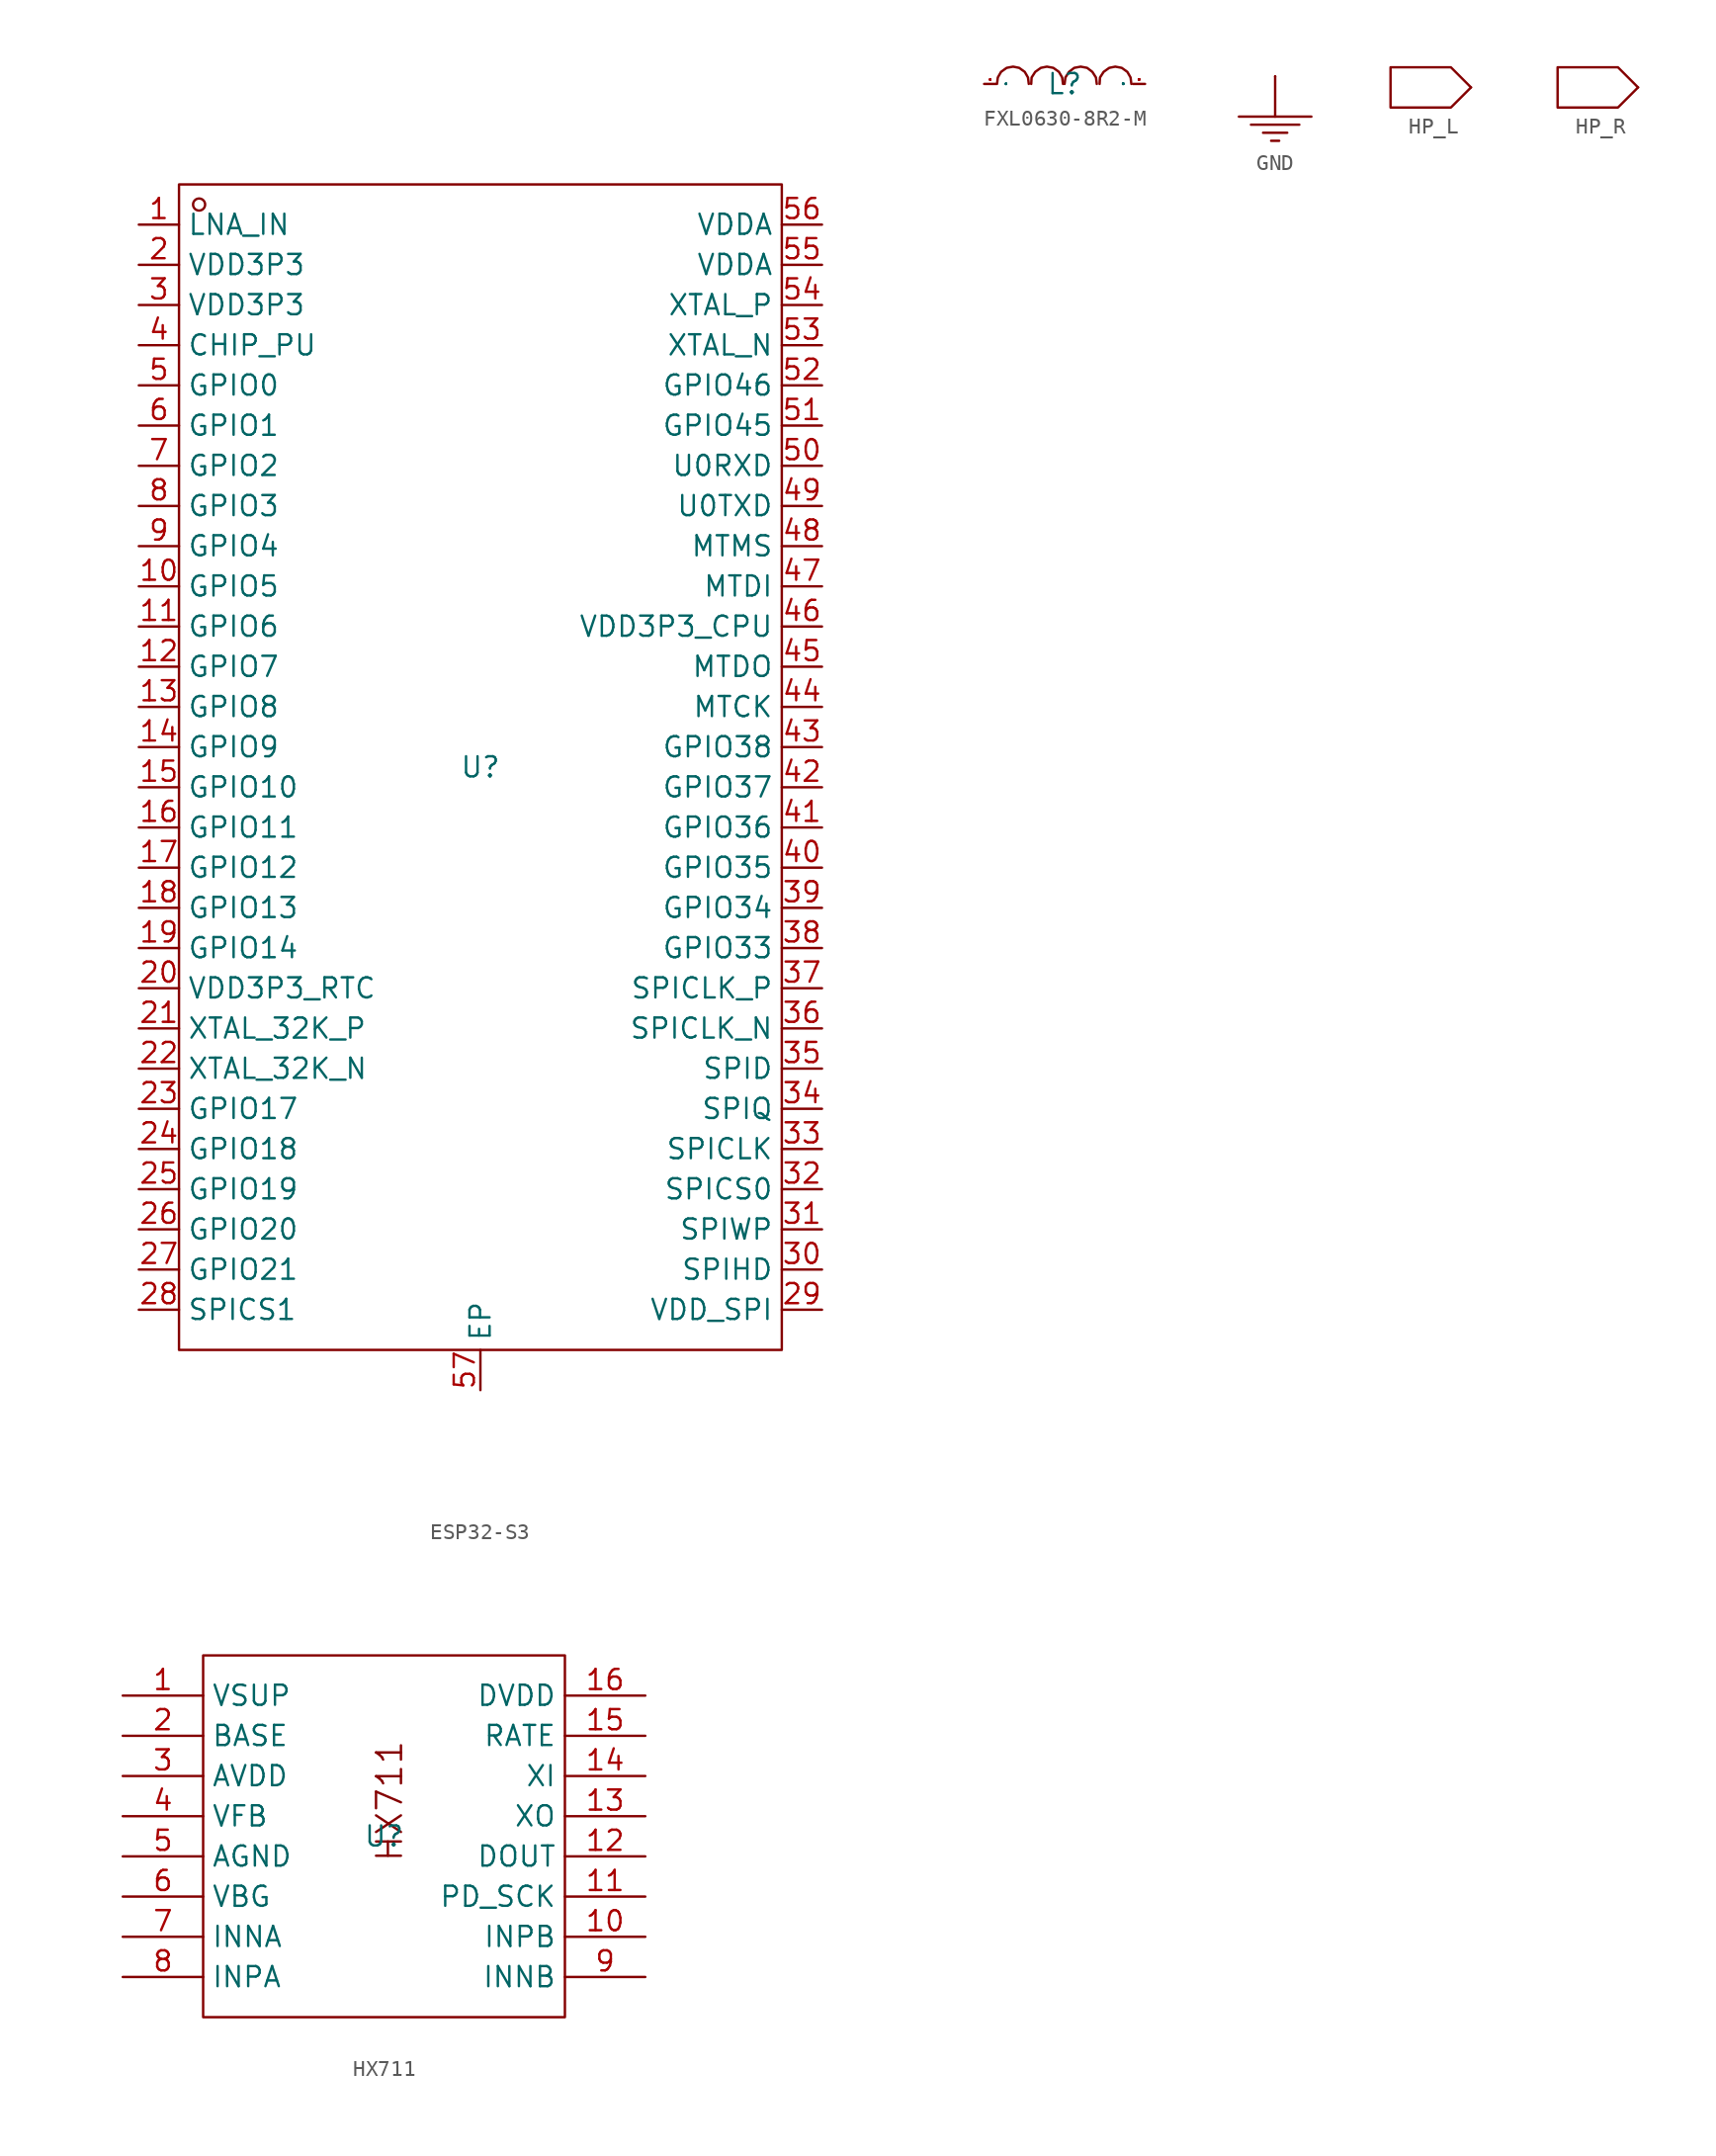
<source format=kicad_sym>
(kicad_symbol_lib
  (version 20231120)
  (generator "kicad_symbol_editor")
  (generator_version "8.0")
  (symbol "ESP32-S3"
    (property "Reference" "U"
      (at 0 0 0)
      (effects (font (size 1.27 1.27))))
    (property "Value" ""
      (at 0 0 0)
      (effects (font (size 1.27 1.27))))
    (symbol "ESP32-S3_1_0"
      (rectangle (start -19.05 -36.83) (end 19.05 36.83) (stroke (width 0) (type default)) (fill (type none)))
      (circle (center -17.78 35.56) (radius 0.381) (stroke (width 0) (type default)) (fill (type none)))
      (pin unspecified line (at -21.59 34.29 0) (length 2.54) (name "LNA_IN" (effects (font (size 1.27 1.27)))) (number "1" (effects (font (size 1.27 1.27)))))
      (pin unspecified line (at -21.59 11.43 0) (length 2.54) (name "GPIO5" (effects (font (size 1.27 1.27)))) (number "10" (effects (font (size 1.27 1.27)))))
      (pin unspecified line (at -21.59 8.89 0) (length 2.54) (name "GPIO6" (effects (font (size 1.27 1.27)))) (number "11" (effects (font (size 1.27 1.27)))))
      (pin unspecified line (at -21.59 6.35 0) (length 2.54) (name "GPIO7" (effects (font (size 1.27 1.27)))) (number "12" (effects (font (size 1.27 1.27)))))
      (pin unspecified line (at -21.59 3.81 0) (length 2.54) (name "GPIO8" (effects (font (size 1.27 1.27)))) (number "13" (effects (font (size 1.27 1.27)))))
      (pin unspecified line (at -21.59 1.27 0) (length 2.54) (name "GPIO9" (effects (font (size 1.27 1.27)))) (number "14" (effects (font (size 1.27 1.27)))))
      (pin unspecified line (at -21.59 -1.27 0) (length 2.54) (name "GPIO10" (effects (font (size 1.27 1.27)))) (number "15" (effects (font (size 1.27 1.27)))))
      (pin unspecified line (at -21.59 -3.81 0) (length 2.54) (name "GPIO11" (effects (font (size 1.27 1.27)))) (number "16" (effects (font (size 1.27 1.27)))))
      (pin unspecified line (at -21.59 -6.35 0) (length 2.54) (name "GPIO12" (effects (font (size 1.27 1.27)))) (number "17" (effects (font (size 1.27 1.27)))))
      (pin unspecified line (at -21.59 -8.89 0) (length 2.54) (name "GPIO13" (effects (font (size 1.27 1.27)))) (number "18" (effects (font (size 1.27 1.27)))))
      (pin unspecified line (at -21.59 -11.43 0) (length 2.54) (name "GPIO14" (effects (font (size 1.27 1.27)))) (number "19" (effects (font (size 1.27 1.27)))))
      (pin unspecified line (at -21.59 31.75 0) (length 2.54) (name "VDD3P3" (effects (font (size 1.27 1.27)))) (number "2" (effects (font (size 1.27 1.27)))))
      (pin unspecified line (at -21.59 -13.97 0) (length 2.54) (name "VDD3P3_RTC" (effects (font (size 1.27 1.27)))) (number "20" (effects (font (size 1.27 1.27)))))
      (pin unspecified line (at -21.59 -16.51 0) (length 2.54) (name "XTAL_32K_P" (effects (font (size 1.27 1.27)))) (number "21" (effects (font (size 1.27 1.27)))))
      (pin unspecified line (at -21.59 -19.05 0) (length 2.54) (name "XTAL_32K_N" (effects (font (size 1.27 1.27)))) (number "22" (effects (font (size 1.27 1.27)))))
      (pin unspecified line (at -21.59 -21.59 0) (length 2.54) (name "GPIO17" (effects (font (size 1.27 1.27)))) (number "23" (effects (font (size 1.27 1.27)))))
      (pin unspecified line (at -21.59 -24.13 0) (length 2.54) (name "GPIO18" (effects (font (size 1.27 1.27)))) (number "24" (effects (font (size 1.27 1.27)))))
      (pin unspecified line (at -21.59 -26.67 0) (length 2.54) (name "GPIO19" (effects (font (size 1.27 1.27)))) (number "25" (effects (font (size 1.27 1.27)))))
      (pin unspecified line (at -21.59 -29.21 0) (length 2.54) (name "GPIO20" (effects (font (size 1.27 1.27)))) (number "26" (effects (font (size 1.27 1.27)))))
      (pin unspecified line (at -21.59 -31.75 0) (length 2.54) (name "GPIO21" (effects (font (size 1.27 1.27)))) (number "27" (effects (font (size 1.27 1.27)))))
      (pin unspecified line (at -21.59 -34.29 0) (length 2.54) (name "SPICS1" (effects (font (size 1.27 1.27)))) (number "28" (effects (font (size 1.27 1.27)))))
      (pin unspecified line (at 21.59 -34.29 180) (length 2.54) (name "VDD_SPI" (effects (font (size 1.27 1.27)))) (number "29" (effects (font (size 1.27 1.27)))))
      (pin unspecified line (at -21.59 29.21 0) (length 2.54) (name "VDD3P3" (effects (font (size 1.27 1.27)))) (number "3" (effects (font (size 1.27 1.27)))))
      (pin unspecified line (at 21.59 -31.75 180) (length 2.54) (name "SPIHD" (effects (font (size 1.27 1.27)))) (number "30" (effects (font (size 1.27 1.27)))))
      (pin unspecified line (at 21.59 -29.21 180) (length 2.54) (name "SPIWP" (effects (font (size 1.27 1.27)))) (number "31" (effects (font (size 1.27 1.27)))))
      (pin unspecified line (at 21.59 -26.67 180) (length 2.54) (name "SPICS0" (effects (font (size 1.27 1.27)))) (number "32" (effects (font (size 1.27 1.27)))))
      (pin unspecified line (at 21.59 -24.13 180) (length 2.54) (name "SPICLK" (effects (font (size 1.27 1.27)))) (number "33" (effects (font (size 1.27 1.27)))))
      (pin unspecified line (at 21.59 -21.59 180) (length 2.54) (name "SPIQ" (effects (font (size 1.27 1.27)))) (number "34" (effects (font (size 1.27 1.27)))))
      (pin unspecified line (at 21.59 -19.05 180) (length 2.54) (name "SPID" (effects (font (size 1.27 1.27)))) (number "35" (effects (font (size 1.27 1.27)))))
      (pin unspecified line (at 21.59 -16.51 180) (length 2.54) (name "SPICLK_N" (effects (font (size 1.27 1.27)))) (number "36" (effects (font (size 1.27 1.27)))))
      (pin unspecified line (at 21.59 -13.97 180) (length 2.54) (name "SPICLK_P" (effects (font (size 1.27 1.27)))) (number "37" (effects (font (size 1.27 1.27)))))
      (pin unspecified line (at 21.59 -11.43 180) (length 2.54) (name "GPIO33" (effects (font (size 1.27 1.27)))) (number "38" (effects (font (size 1.27 1.27)))))
      (pin unspecified line (at 21.59 -8.89 180) (length 2.54) (name "GPIO34" (effects (font (size 1.27 1.27)))) (number "39" (effects (font (size 1.27 1.27)))))
      (pin unspecified line (at -21.59 26.67 0) (length 2.54) (name "CHIP_PU" (effects (font (size 1.27 1.27)))) (number "4" (effects (font (size 1.27 1.27)))))
      (pin unspecified line (at 21.59 -6.35 180) (length 2.54) (name "GPIO35" (effects (font (size 1.27 1.27)))) (number "40" (effects (font (size 1.27 1.27)))))
      (pin unspecified line (at 21.59 -3.81 180) (length 2.54) (name "GPIO36" (effects (font (size 1.27 1.27)))) (number "41" (effects (font (size 1.27 1.27)))))
      (pin unspecified line (at 21.59 -1.27 180) (length 2.54) (name "GPIO37" (effects (font (size 1.27 1.27)))) (number "42" (effects (font (size 1.27 1.27)))))
      (pin unspecified line (at 21.59 1.27 180) (length 2.54) (name "GPIO38" (effects (font (size 1.27 1.27)))) (number "43" (effects (font (size 1.27 1.27)))))
      (pin unspecified line (at 21.59 3.81 180) (length 2.54) (name "MTCK" (effects (font (size 1.27 1.27)))) (number "44" (effects (font (size 1.27 1.27)))))
      (pin unspecified line (at 21.59 6.35 180) (length 2.54) (name "MTDO" (effects (font (size 1.27 1.27)))) (number "45" (effects (font (size 1.27 1.27)))))
      (pin unspecified line (at 21.59 8.89 180) (length 2.54) (name "VDD3P3_CPU" (effects (font (size 1.27 1.27)))) (number "46" (effects (font (size 1.27 1.27)))))
      (pin unspecified line (at 21.59 11.43 180) (length 2.54) (name "MTDI" (effects (font (size 1.27 1.27)))) (number "47" (effects (font (size 1.27 1.27)))))
      (pin unspecified line (at 21.59 13.97 180) (length 2.54) (name "MTMS" (effects (font (size 1.27 1.27)))) (number "48" (effects (font (size 1.27 1.27)))))
      (pin unspecified line (at 21.59 16.51 180) (length 2.54) (name "U0TXD" (effects (font (size 1.27 1.27)))) (number "49" (effects (font (size 1.27 1.27)))))
      (pin unspecified line (at -21.59 24.13 0) (length 2.54) (name "GPIO0" (effects (font (size 1.27 1.27)))) (number "5" (effects (font (size 1.27 1.27)))))
      (pin unspecified line (at 21.59 19.05 180) (length 2.54) (name "U0RXD" (effects (font (size 1.27 1.27)))) (number "50" (effects (font (size 1.27 1.27)))))
      (pin unspecified line (at 21.59 21.59 180) (length 2.54) (name "GPIO45" (effects (font (size 1.27 1.27)))) (number "51" (effects (font (size 1.27 1.27)))))
      (pin unspecified line (at 21.59 24.13 180) (length 2.54) (name "GPIO46" (effects (font (size 1.27 1.27)))) (number "52" (effects (font (size 1.27 1.27)))))
      (pin unspecified line (at 21.59 26.67 180) (length 2.54) (name "XTAL_N" (effects (font (size 1.27 1.27)))) (number "53" (effects (font (size 1.27 1.27)))))
      (pin unspecified line (at 21.59 29.21 180) (length 2.54) (name "XTAL_P" (effects (font (size 1.27 1.27)))) (number "54" (effects (font (size 1.27 1.27)))))
      (pin unspecified line (at 21.59 31.75 180) (length 2.54) (name "VDDA" (effects (font (size 1.27 1.27)))) (number "55" (effects (font (size 1.27 1.27)))))
      (pin unspecified line (at 21.59 34.29 180) (length 2.54) (name "VDDA" (effects (font (size 1.27 1.27)))) (number "56" (effects (font (size 1.27 1.27)))))
      (pin unspecified line (at 0 -39.37 90) (length 2.54) (name "EP" (effects (font (size 1.27 1.27)))) (number "57" (effects (font (size 1.27 1.27)))))
      (pin unspecified line (at -21.59 21.59 0) (length 2.54) (name "GPIO1" (effects (font (size 1.27 1.27)))) (number "6" (effects (font (size 1.27 1.27)))))
      (pin unspecified line (at -21.59 19.05 0) (length 2.54) (name "GPIO2" (effects (font (size 1.27 1.27)))) (number "7" (effects (font (size 1.27 1.27)))))
      (pin unspecified line (at -21.59 16.51 0) (length 2.54) (name "GPIO3" (effects (font (size 1.27 1.27)))) (number "8" (effects (font (size 1.27 1.27)))))
      (pin unspecified line (at -21.59 13.97 0) (length 2.54) (name "GPIO4" (effects (font (size 1.27 1.27)))) (number "9" (effects (font (size 1.27 1.27)))))))
  (symbol "FXL0630-8R2-M"
    (property "Reference" "L"
      (at 0 0 0)
      (effects (font (size 1.27 1.27))))
    (symbol "FXL0630-8R2-M_1_0"
      (polyline (pts (xy -4.267 0) (xy -4.216 0.406) (xy -4.216 0.406) (xy -4.013 0.762) (xy -4.013 0.762) (xy -3.658 1.016) (xy -3.658 1.016) (xy -3.251 1.092) (xy -3.251 1.092) (xy -2.87 1.016) (xy -2.87 1.016) (xy -2.515 0.762) (xy -2.515 0.762) (xy -2.311 0.406) (xy -2.311 0.406) (xy -2.261 0)) (stroke (width 0) (type default)) (fill (type none)))
      (polyline (pts (xy -2.108 0) (xy -2.083 0.406) (xy -2.083 0.406) (xy -1.854 0.762) (xy -1.854 0.762) (xy -1.499 1.016) (xy -1.499 1.016) (xy -1.118 1.092) (xy -1.118 1.092) (xy -0.711 1.016) (xy -0.711 1.016) (xy -0.356 0.762) (xy -0.356 0.762) (xy -0.152 0.406) (xy -0.152 0.406) (xy -0.102 0)) (stroke (width 0) (type default)) (fill (type none)))
      (polyline (pts (xy 0 0) (xy 0.051 0.406) (xy 0.051 0.406) (xy 0.279 0.762) (xy 0.279 0.762) (xy 0.61 1.016) (xy 0.61 1.016) (xy 1.016 1.092) (xy 1.016 1.092) (xy 1.422 1.016) (xy 1.422 1.016) (xy 1.753 0.762) (xy 1.753 0.762) (xy 1.981 0.406) (xy 1.981 0.406) (xy 2.032 0)) (stroke (width 0) (type default)) (fill (type none)))
      (polyline (pts (xy 2.21 0) (xy 2.235 0.406) (xy 2.235 0.406) (xy 2.464 0.762) (xy 2.464 0.762) (xy 2.819 1.016) (xy 2.819 1.016) (xy 3.2 1.092) (xy 3.2 1.092) (xy 3.607 1.016) (xy 3.607 1.016) (xy 3.962 0.762) (xy 3.962 0.762) (xy 4.166 0.406) (xy 4.166 0.406) (xy 4.216 0)) (stroke (width 0) (type default)) (fill (type none)))
      (pin unspecified line (at -5.08 0 0) (length 0.762) (name "1" (effects (font (size 0.025 0.025)))) (number "1" (effects (font (size 0.025 0.025)))))
      (pin unspecified line (at 5.08 0 180) (length 0.762) (name "2" (effects (font (size 0.025 0.025)))) (number "2" (effects (font (size 0.025 0.025)))))))
  (symbol "GND"
    (power)
    (pin_numbers hide)
    (pin_names hide)
    (property "Reference" "#PWR"
      (at 0 0 0)
      (effects (font (size 1.27 1.27)) (hide yes)))
    (symbol "GND_1_0"
      (polyline (pts (xy -2.286 -2.54) (xy 2.286 -2.54)) (stroke (width 0) (type default)) (fill (type none)))
      (polyline (pts (xy -1.524 -3.048) (xy 1.524 -3.048)) (stroke (width 0) (type default)) (fill (type none)))
      (polyline (pts (xy -0.762 -3.556) (xy 0.762 -3.556)) (stroke (width 0) (type default)) (fill (type none)))
      (polyline (pts (xy -0.254 -4.064) (xy 0.254 -4.064)) (stroke (width 0) (type default)) (fill (type none)))
      (polyline (pts (xy 0 -2.54) (xy 0 0)) (stroke (width 0) (type default)) (fill (type none)))
      (pin power_in line (at 0 0 0) (length 0) (name "" (effects (font (size 1.27 1.27)))) (number "1" (effects (font (size 0 0)))))))
  (symbol "HP_L"
    (power)
    (pin_numbers hide)
    (pin_names hide)
    (property "Reference" "#PWR"
      (at 0 0 0)
      (effects (font (size 1.27 1.27)) (hide yes)))
    (property "Value" ""
      (at 0 0 0)
      (effects (font (size 1.27 1.27))))
    (symbol "HP_L_1_0"
      (polyline (pts (xy 0 0) (xy -1.27 -1.27) (xy -1.27 -1.27) (xy -5.08 -1.27) (xy -5.08 -1.27) (xy -5.08 1.27) (xy -5.08 1.27) (xy -1.27 1.27) (xy -1.27 1.27) (xy 0 0)) (stroke (width 0) (type default)) (fill (type none)))
      (pin input line (at 0 0 0) (length 0) (name "" (effects (font (size 0.025 0.025)))) (number "1" (effects (font (size 0 0)))))))
  (symbol "HP_R"
    (power)
    (pin_numbers hide)
    (pin_names hide)
    (property "Reference" "#PWR"
      (at 0 0 0)
      (effects (font (size 1.27 1.27)) (hide yes)))
    (property "Value" ""
      (at 0 0 0)
      (effects (font (size 1.27 1.27))))
    (symbol "HP_R_1_0"
      (polyline (pts (xy 0 0) (xy -1.27 -1.27) (xy -1.27 -1.27) (xy -5.08 -1.27) (xy -5.08 -1.27) (xy -5.08 1.27) (xy -5.08 1.27) (xy -1.27 1.27) (xy -1.27 1.27) (xy 0 0)) (stroke (width 0) (type default)) (fill (type none)))
      (pin input line (at 0 0 0) (length 0) (name "" (effects (font (size 0.025 0.025)))) (number "1" (effects (font (size 0 0)))))))
  (symbol "HX711"
    (property "Reference" "U"
      (at 0 0 0)
      (effects (font (size 1.27 1.27))))
    (property "Value" ""
      (at 0 0 0)
      (effects (font (size 1.27 1.27))))
    (symbol "HX711_1_0"
      (rectangle (start -11.43 -11.43) (end 11.43 11.43) (stroke (width 0) (type default)) (fill (type none)))
      (text "HX711" (at 1.27 -1.702 900) (effects (font (size 1.575 1.575)) (justify left bottom)))
      (pin unspecified line (at -16.51 8.89 0) (length 5.08) (name "VSUP" (effects (font (size 1.27 1.27)))) (number "1" (effects (font (size 1.27 1.27)))))
      (pin unspecified line (at 16.51 -6.35 180) (length 5.08) (name "INPB" (effects (font (size 1.27 1.27)))) (number "10" (effects (font (size 1.27 1.27)))))
      (pin unspecified line (at 16.51 -3.81 180) (length 5.08) (name "PD_SCK" (effects (font (size 1.27 1.27)))) (number "11" (effects (font (size 1.27 1.27)))))
      (pin unspecified line (at 16.51 -1.27 180) (length 5.08) (name "DOUT" (effects (font (size 1.27 1.27)))) (number "12" (effects (font (size 1.27 1.27)))))
      (pin unspecified line (at 16.51 1.27 180) (length 5.08) (name "XO" (effects (font (size 1.27 1.27)))) (number "13" (effects (font (size 1.27 1.27)))))
      (pin unspecified line (at 16.51 3.81 180) (length 5.08) (name "XI" (effects (font (size 1.27 1.27)))) (number "14" (effects (font (size 1.27 1.27)))))
      (pin unspecified line (at 16.51 6.35 180) (length 5.08) (name "RATE" (effects (font (size 1.27 1.27)))) (number "15" (effects (font (size 1.27 1.27)))))
      (pin unspecified line (at 16.51 8.89 180) (length 5.08) (name "DVDD" (effects (font (size 1.27 1.27)))) (number "16" (effects (font (size 1.27 1.27)))))
      (pin unspecified line (at -16.51 6.35 0) (length 5.08) (name "BASE" (effects (font (size 1.27 1.27)))) (number "2" (effects (font (size 1.27 1.27)))))
      (pin unspecified line (at -16.51 3.81 0) (length 5.08) (name "AVDD" (effects (font (size 1.27 1.27)))) (number "3" (effects (font (size 1.27 1.27)))))
      (pin unspecified line (at -16.51 1.27 0) (length 5.08) (name "VFB" (effects (font (size 1.27 1.27)))) (number "4" (effects (font (size 1.27 1.27)))))
      (pin unspecified line (at -16.51 -1.27 0) (length 5.08) (name "AGND" (effects (font (size 1.27 1.27)))) (number "5" (effects (font (size 1.27 1.27)))))
      (pin unspecified line (at -16.51 -3.81 0) (length 5.08) (name "VBG" (effects (font (size 1.27 1.27)))) (number "6" (effects (font (size 1.27 1.27)))))
      (pin unspecified line (at -16.51 -6.35 0) (length 5.08) (name "INNA" (effects (font (size 1.27 1.27)))) (number "7" (effects (font (size 1.27 1.27)))))
      (pin unspecified line (at -16.51 -8.89 0) (length 5.08) (name "INPA" (effects (font (size 1.27 1.27)))) (number "8" (effects (font (size 1.27 1.27)))))
      (pin unspecified line (at 16.51 -8.89 180) (length 5.08) (name "INNB" (effects (font (size 1.27 1.27)))) (number "9" (effects (font (size 1.27 1.27))))))))
</source>
